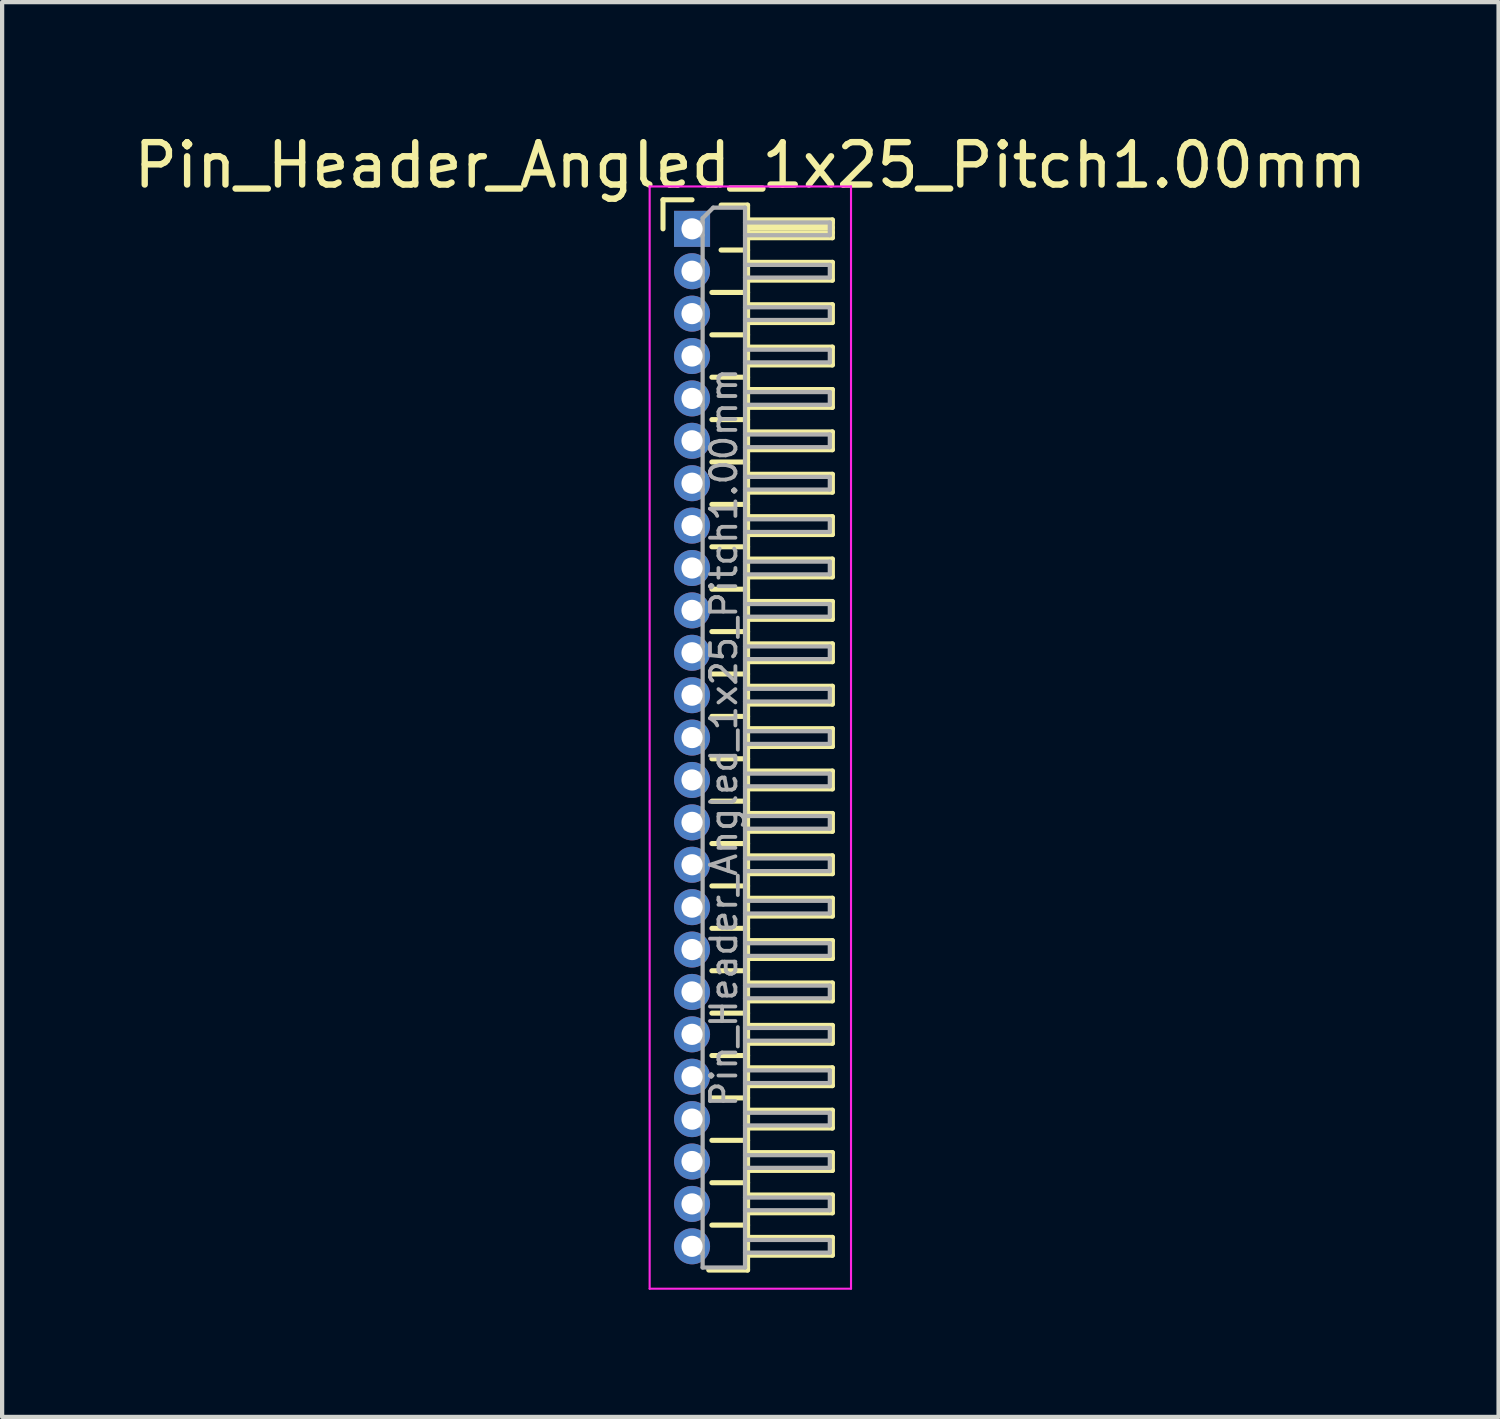
<source format=kicad_pcb>
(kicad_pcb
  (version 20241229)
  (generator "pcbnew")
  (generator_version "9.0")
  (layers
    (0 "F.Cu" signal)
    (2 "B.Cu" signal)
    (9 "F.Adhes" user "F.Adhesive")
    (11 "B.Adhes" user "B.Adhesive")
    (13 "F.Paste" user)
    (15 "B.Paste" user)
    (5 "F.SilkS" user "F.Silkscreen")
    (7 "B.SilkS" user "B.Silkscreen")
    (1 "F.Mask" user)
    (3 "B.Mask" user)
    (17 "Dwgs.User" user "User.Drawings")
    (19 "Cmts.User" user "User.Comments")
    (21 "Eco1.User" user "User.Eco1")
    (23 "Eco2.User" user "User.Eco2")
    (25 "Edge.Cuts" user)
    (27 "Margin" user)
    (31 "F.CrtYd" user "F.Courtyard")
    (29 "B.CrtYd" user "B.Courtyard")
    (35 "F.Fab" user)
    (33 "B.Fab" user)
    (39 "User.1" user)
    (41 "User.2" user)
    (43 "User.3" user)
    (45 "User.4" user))
  (footprint "Pin_Header_Angled_1x25_Pitch1.00mm"
    (layer "F.Cu")
    (at 13.274 2.348)
    (property "Reference" "Pin_Header_Angled_1x25_Pitch1.00mm" (at 1.375 -1.5 0) (layer "F.SilkS") (effects (font (size 1 1) (thickness 0.15))))
    (attr through_hole)
    (fp_line (start -0.685 -0.685) (end 0 -0.685) (stroke (width 0.12) (type solid)) (layer "F.SilkS"))
    (fp_line (start -0.685 0) (end -0.685 -0.685) (stroke (width 0.12) (type solid)) (layer "F.SilkS"))
    (fp_line (start 0.468 1.5) (end 1.31 1.5) (stroke (width 0.12) (type solid)) (layer "F.SilkS"))
    (fp_line (start 0.468 2.5) (end 1.31 2.5) (stroke (width 0.12) (type solid)) (layer "F.SilkS"))
    (fp_line (start 0.468 3.5) (end 1.31 3.5) (stroke (width 0.12) (type solid)) (layer "F.SilkS"))
    (fp_line (start 0.468 4.5) (end 1.31 4.5) (stroke (width 0.12) (type solid)) (layer "F.SilkS"))
    (fp_line (start 0.468 5.5) (end 1.31 5.5) (stroke (width 0.12) (type solid)) (layer "F.SilkS"))
    (fp_line (start 0.468 6.5) (end 1.31 6.5) (stroke (width 0.12) (type solid)) (layer "F.SilkS"))
    (fp_line (start 0.468 7.5) (end 1.31 7.5) (stroke (width 0.12) (type solid)) (layer "F.SilkS"))
    (fp_line (start 0.468 8.5) (end 1.31 8.5) (stroke (width 0.12) (type solid)) (layer "F.SilkS"))
    (fp_line (start 0.468 9.5) (end 1.31 9.5) (stroke (width 0.12) (type solid)) (layer "F.SilkS"))
    (fp_line (start 0.468 10.5) (end 1.31 10.5) (stroke (width 0.12) (type solid)) (layer "F.SilkS"))
    (fp_line (start 0.468 11.5) (end 1.31 11.5) (stroke (width 0.12) (type solid)) (layer "F.SilkS"))
    (fp_line (start 0.468 12.5) (end 1.31 12.5) (stroke (width 0.12) (type solid)) (layer "F.SilkS"))
    (fp_line (start 0.468 13.5) (end 1.31 13.5) (stroke (width 0.12) (type solid)) (layer "F.SilkS"))
    (fp_line (start 0.468 14.5) (end 1.31 14.5) (stroke (width 0.12) (type solid)) (layer "F.SilkS"))
    (fp_line (start 0.468 15.5) (end 1.31 15.5) (stroke (width 0.12) (type solid)) (layer "F.SilkS"))
    (fp_line (start 0.468 16.5) (end 1.31 16.5) (stroke (width 0.12) (type solid)) (layer "F.SilkS"))
    (fp_line (start 0.468 17.5) (end 1.31 17.5) (stroke (width 0.12) (type solid)) (layer "F.SilkS"))
    (fp_line (start 0.468 18.5) (end 1.31 18.5) (stroke (width 0.12) (type solid)) (layer "F.SilkS"))
    (fp_line (start 0.468 19.5) (end 1.31 19.5) (stroke (width 0.12) (type solid)) (layer "F.SilkS"))
    (fp_line (start 0.468 20.5) (end 1.31 20.5) (stroke (width 0.12) (type solid)) (layer "F.SilkS"))
    (fp_line (start 0.468 21.5) (end 1.31 21.5) (stroke (width 0.12) (type solid)) (layer "F.SilkS"))
    (fp_line (start 0.468 22.5) (end 1.31 22.5) (stroke (width 0.12) (type solid)) (layer "F.SilkS"))
    (fp_line (start 0.468 23.5) (end 1.31 23.5) (stroke (width 0.12) (type solid)) (layer "F.SilkS"))
    (fp_line (start 0.685 -0.56) (end 1.31 -0.56) (stroke (width 0.12) (type solid)) (layer "F.SilkS"))
    (fp_line (start 0.685 0.5) (end 1.31 0.5) (stroke (width 0.12) (type solid)) (layer "F.SilkS"))
    (fp_line (start 1.31 -0.56) (end 1.31 24.56) (stroke (width 0.12) (type solid)) (layer "F.SilkS"))
    (fp_line (start 1.31 -0.21) (end 3.31 -0.21) (stroke (width 0.12) (type solid)) (layer "F.SilkS"))
    (fp_line (start 1.31 -0.15) (end 3.31 -0.15) (stroke (width 0.12) (type solid)) (layer "F.SilkS"))
    (fp_line (start 1.31 -0.03) (end 3.31 -0.03) (stroke (width 0.12) (type solid)) (layer "F.SilkS"))
    (fp_line (start 1.31 0.09) (end 3.31 0.09) (stroke (width 0.12) (type solid)) (layer "F.SilkS"))
    (fp_line (start 1.31 0.79) (end 3.31 0.79) (stroke (width 0.12) (type solid)) (layer "F.SilkS"))
    (fp_line (start 1.31 1.79) (end 3.31 1.79) (stroke (width 0.12) (type solid)) (layer "F.SilkS"))
    (fp_line (start 1.31 2.79) (end 3.31 2.79) (stroke (width 0.12) (type solid)) (layer "F.SilkS"))
    (fp_line (start 1.31 3.79) (end 3.31 3.79) (stroke (width 0.12) (type solid)) (layer "F.SilkS"))
    (fp_line (start 1.31 4.79) (end 3.31 4.79) (stroke (width 0.12) (type solid)) (layer "F.SilkS"))
    (fp_line (start 1.31 5.79) (end 3.31 5.79) (stroke (width 0.12) (type solid)) (layer "F.SilkS"))
    (fp_line (start 1.31 6.79) (end 3.31 6.79) (stroke (width 0.12) (type solid)) (layer "F.SilkS"))
    (fp_line (start 1.31 7.79) (end 3.31 7.79) (stroke (width 0.12) (type solid)) (layer "F.SilkS"))
    (fp_line (start 1.31 8.79) (end 3.31 8.79) (stroke (width 0.12) (type solid)) (layer "F.SilkS"))
    (fp_line (start 1.31 9.79) (end 3.31 9.79) (stroke (width 0.12) (type solid)) (layer "F.SilkS"))
    (fp_line (start 1.31 10.79) (end 3.31 10.79) (stroke (width 0.12) (type solid)) (layer "F.SilkS"))
    (fp_line (start 1.31 11.79) (end 3.31 11.79) (stroke (width 0.12) (type solid)) (layer "F.SilkS"))
    (fp_line (start 1.31 12.79) (end 3.31 12.79) (stroke (width 0.12) (type solid)) (layer "F.SilkS"))
    (fp_line (start 1.31 13.79) (end 3.31 13.79) (stroke (width 0.12) (type solid)) (layer "F.SilkS"))
    (fp_line (start 1.31 14.79) (end 3.31 14.79) (stroke (width 0.12) (type solid)) (layer "F.SilkS"))
    (fp_line (start 1.31 15.79) (end 3.31 15.79) (stroke (width 0.12) (type solid)) (layer "F.SilkS"))
    (fp_line (start 1.31 16.79) (end 3.31 16.79) (stroke (width 0.12) (type solid)) (layer "F.SilkS"))
    (fp_line (start 1.31 17.79) (end 3.31 17.79) (stroke (width 0.12) (type solid)) (layer "F.SilkS"))
    (fp_line (start 1.31 18.79) (end 3.31 18.79) (stroke (width 0.12) (type solid)) (layer "F.SilkS"))
    (fp_line (start 1.31 19.79) (end 3.31 19.79) (stroke (width 0.12) (type solid)) (layer "F.SilkS"))
    (fp_line (start 1.31 20.79) (end 3.31 20.79) (stroke (width 0.12) (type solid)) (layer "F.SilkS"))
    (fp_line (start 1.31 21.79) (end 3.31 21.79) (stroke (width 0.12) (type solid)) (layer "F.SilkS"))
    (fp_line (start 1.31 22.79) (end 3.31 22.79) (stroke (width 0.12) (type solid)) (layer "F.SilkS"))
    (fp_line (start 1.31 23.79) (end 3.31 23.79) (stroke (width 0.12) (type solid)) (layer "F.SilkS"))
    (fp_line (start 1.31 24.56) (end 0.394 24.56) (stroke (width 0.12) (type solid)) (layer "F.SilkS"))
    (fp_line (start 3.31 -0.21) (end 3.31 0.21) (stroke (width 0.12) (type solid)) (layer "F.SilkS"))
    (fp_line (start 3.31 0.21) (end 1.31 0.21) (stroke (width 0.12) (type solid)) (layer "F.SilkS"))
    (fp_line (start 3.31 0.79) (end 3.31 1.21) (stroke (width 0.12) (type solid)) (layer "F.SilkS"))
    (fp_line (start 3.31 1.21) (end 1.31 1.21) (stroke (width 0.12) (type solid)) (layer "F.SilkS"))
    (fp_line (start 3.31 1.79) (end 3.31 2.21) (stroke (width 0.12) (type solid)) (layer "F.SilkS"))
    (fp_line (start 3.31 2.21) (end 1.31 2.21) (stroke (width 0.12) (type solid)) (layer "F.SilkS"))
    (fp_line (start 3.31 2.79) (end 3.31 3.21) (stroke (width 0.12) (type solid)) (layer "F.SilkS"))
    (fp_line (start 3.31 3.21) (end 1.31 3.21) (stroke (width 0.12) (type solid)) (layer "F.SilkS"))
    (fp_line (start 3.31 3.79) (end 3.31 4.21) (stroke (width 0.12) (type solid)) (layer "F.SilkS"))
    (fp_line (start 3.31 4.21) (end 1.31 4.21) (stroke (width 0.12) (type solid)) (layer "F.SilkS"))
    (fp_line (start 3.31 4.79) (end 3.31 5.21) (stroke (width 0.12) (type solid)) (layer "F.SilkS"))
    (fp_line (start 3.31 5.21) (end 1.31 5.21) (stroke (width 0.12) (type solid)) (layer "F.SilkS"))
    (fp_line (start 3.31 5.79) (end 3.31 6.21) (stroke (width 0.12) (type solid)) (layer "F.SilkS"))
    (fp_line (start 3.31 6.21) (end 1.31 6.21) (stroke (width 0.12) (type solid)) (layer "F.SilkS"))
    (fp_line (start 3.31 6.79) (end 3.31 7.21) (stroke (width 0.12) (type solid)) (layer "F.SilkS"))
    (fp_line (start 3.31 7.21) (end 1.31 7.21) (stroke (width 0.12) (type solid)) (layer "F.SilkS"))
    (fp_line (start 3.31 7.79) (end 3.31 8.21) (stroke (width 0.12) (type solid)) (layer "F.SilkS"))
    (fp_line (start 3.31 8.21) (end 1.31 8.21) (stroke (width 0.12) (type solid)) (layer "F.SilkS"))
    (fp_line (start 3.31 8.79) (end 3.31 9.21) (stroke (width 0.12) (type solid)) (layer "F.SilkS"))
    (fp_line (start 3.31 9.21) (end 1.31 9.21) (stroke (width 0.12) (type solid)) (layer "F.SilkS"))
    (fp_line (start 3.31 9.79) (end 3.31 10.21) (stroke (width 0.12) (type solid)) (layer "F.SilkS"))
    (fp_line (start 3.31 10.21) (end 1.31 10.21) (stroke (width 0.12) (type solid)) (layer "F.SilkS"))
    (fp_line (start 3.31 10.79) (end 3.31 11.21) (stroke (width 0.12) (type solid)) (layer "F.SilkS"))
    (fp_line (start 3.31 11.21) (end 1.31 11.21) (stroke (width 0.12) (type solid)) (layer "F.SilkS"))
    (fp_line (start 3.31 11.79) (end 3.31 12.21) (stroke (width 0.12) (type solid)) (layer "F.SilkS"))
    (fp_line (start 3.31 12.21) (end 1.31 12.21) (stroke (width 0.12) (type solid)) (layer "F.SilkS"))
    (fp_line (start 3.31 12.79) (end 3.31 13.21) (stroke (width 0.12) (type solid)) (layer "F.SilkS"))
    (fp_line (start 3.31 13.21) (end 1.31 13.21) (stroke (width 0.12) (type solid)) (layer "F.SilkS"))
    (fp_line (start 3.31 13.79) (end 3.31 14.21) (stroke (width 0.12) (type solid)) (layer "F.SilkS"))
    (fp_line (start 3.31 14.21) (end 1.31 14.21) (stroke (width 0.12) (type solid)) (layer "F.SilkS"))
    (fp_line (start 3.31 14.79) (end 3.31 15.21) (stroke (width 0.12) (type solid)) (layer "F.SilkS"))
    (fp_line (start 3.31 15.21) (end 1.31 15.21) (stroke (width 0.12) (type solid)) (layer "F.SilkS"))
    (fp_line (start 3.31 15.79) (end 3.31 16.21) (stroke (width 0.12) (type solid)) (layer "F.SilkS"))
    (fp_line (start 3.31 16.21) (end 1.31 16.21) (stroke (width 0.12) (type solid)) (layer "F.SilkS"))
    (fp_line (start 3.31 16.79) (end 3.31 17.21) (stroke (width 0.12) (type solid)) (layer "F.SilkS"))
    (fp_line (start 3.31 17.21) (end 1.31 17.21) (stroke (width 0.12) (type solid)) (layer "F.SilkS"))
    (fp_line (start 3.31 17.79) (end 3.31 18.21) (stroke (width 0.12) (type solid)) (layer "F.SilkS"))
    (fp_line (start 3.31 18.21) (end 1.31 18.21) (stroke (width 0.12) (type solid)) (layer "F.SilkS"))
    (fp_line (start 3.31 18.79) (end 3.31 19.21) (stroke (width 0.12) (type solid)) (layer "F.SilkS"))
    (fp_line (start 3.31 19.21) (end 1.31 19.21) (stroke (width 0.12) (type solid)) (layer "F.SilkS"))
    (fp_line (start 3.31 19.79) (end 3.31 20.21) (stroke (width 0.12) (type solid)) (layer "F.SilkS"))
    (fp_line (start 3.31 20.21) (end 1.31 20.21) (stroke (width 0.12) (type solid)) (layer "F.SilkS"))
    (fp_line (start 3.31 20.79) (end 3.31 21.21) (stroke (width 0.12) (type solid)) (layer "F.SilkS"))
    (fp_line (start 3.31 21.21) (end 1.31 21.21) (stroke (width 0.12) (type solid)) (layer "F.SilkS"))
    (fp_line (start 3.31 21.79) (end 3.31 22.21) (stroke (width 0.12) (type solid)) (layer "F.SilkS"))
    (fp_line (start 3.31 22.21) (end 1.31 22.21) (stroke (width 0.12) (type solid)) (layer "F.SilkS"))
    (fp_line (start 3.31 22.79) (end 3.31 23.21) (stroke (width 0.12) (type solid)) (layer "F.SilkS"))
    (fp_line (start 3.31 23.21) (end 1.31 23.21) (stroke (width 0.12) (type solid)) (layer "F.SilkS"))
    (fp_line (start 3.31 23.79) (end 3.31 24.21) (stroke (width 0.12) (type solid)) (layer "F.SilkS"))
    (fp_line (start 3.31 24.21) (end 1.31 24.21) (stroke (width 0.12) (type solid)) (layer "F.SilkS"))
    (fp_line (start -1 -1) (end -1 25) (stroke (width 0.05) (type solid)) (layer "F.CrtYd"))
    (fp_line (start -1 25) (end 3.75 25) (stroke (width 0.05) (type solid)) (layer "F.CrtYd"))
    (fp_line (start 3.75 -1) (end -1 -1) (stroke (width 0.05) (type solid)) (layer "F.CrtYd"))
    (fp_line (start 3.75 25) (end 3.75 -1) (stroke (width 0.05) (type solid)) (layer "F.CrtYd"))
    (fp_line (start -0.15 -0.15) (end -0.15 0.15) (stroke (width 0.1) (type solid)) (layer "F.Fab"))
    (fp_line (start -0.15 -0.15) (end 0.25 -0.15) (stroke (width 0.1) (type solid)) (layer "F.Fab"))
    (fp_line (start -0.15 0.15) (end 0.25 0.15) (stroke (width 0.1) (type solid)) (layer "F.Fab"))
    (fp_line (start -0.15 0.85) (end -0.15 1.15) (stroke (width 0.1) (type solid)) (layer "F.Fab"))
    (fp_line (start -0.15 0.85) (end 0.25 0.85) (stroke (width 0.1) (type solid)) (layer "F.Fab"))
    (fp_line (start -0.15 1.15) (end 0.25 1.15) (stroke (width 0.1) (type solid)) (layer "F.Fab"))
    (fp_line (start -0.15 1.85) (end -0.15 2.15) (stroke (width 0.1) (type solid)) (layer "F.Fab"))
    (fp_line (start -0.15 1.85) (end 0.25 1.85) (stroke (width 0.1) (type solid)) (layer "F.Fab"))
    (fp_line (start -0.15 2.15) (end 0.25 2.15) (stroke (width 0.1) (type solid)) (layer "F.Fab"))
    (fp_line (start -0.15 2.85) (end -0.15 3.15) (stroke (width 0.1) (type solid)) (layer "F.Fab"))
    (fp_line (start -0.15 2.85) (end 0.25 2.85) (stroke (width 0.1) (type solid)) (layer "F.Fab"))
    (fp_line (start -0.15 3.15) (end 0.25 3.15) (stroke (width 0.1) (type solid)) (layer "F.Fab"))
    (fp_line (start -0.15 3.85) (end -0.15 4.15) (stroke (width 0.1) (type solid)) (layer "F.Fab"))
    (fp_line (start -0.15 3.85) (end 0.25 3.85) (stroke (width 0.1) (type solid)) (layer "F.Fab"))
    (fp_line (start -0.15 4.15) (end 0.25 4.15) (stroke (width 0.1) (type solid)) (layer "F.Fab"))
    (fp_line (start -0.15 4.85) (end -0.15 5.15) (stroke (width 0.1) (type solid)) (layer "F.Fab"))
    (fp_line (start -0.15 4.85) (end 0.25 4.85) (stroke (width 0.1) (type solid)) (layer "F.Fab"))
    (fp_line (start -0.15 5.15) (end 0.25 5.15) (stroke (width 0.1) (type solid)) (layer "F.Fab"))
    (fp_line (start -0.15 5.85) (end -0.15 6.15) (stroke (width 0.1) (type solid)) (layer "F.Fab"))
    (fp_line (start -0.15 5.85) (end 0.25 5.85) (stroke (width 0.1) (type solid)) (layer "F.Fab"))
    (fp_line (start -0.15 6.15) (end 0.25 6.15) (stroke (width 0.1) (type solid)) (layer "F.Fab"))
    (fp_line (start -0.15 6.85) (end -0.15 7.15) (stroke (width 0.1) (type solid)) (layer "F.Fab"))
    (fp_line (start -0.15 6.85) (end 0.25 6.85) (stroke (width 0.1) (type solid)) (layer "F.Fab"))
    (fp_line (start -0.15 7.15) (end 0.25 7.15) (stroke (width 0.1) (type solid)) (layer "F.Fab"))
    (fp_line (start -0.15 7.85) (end -0.15 8.15) (stroke (width 0.1) (type solid)) (layer "F.Fab"))
    (fp_line (start -0.15 7.85) (end 0.25 7.85) (stroke (width 0.1) (type solid)) (layer "F.Fab"))
    (fp_line (start -0.15 8.15) (end 0.25 8.15) (stroke (width 0.1) (type solid)) (layer "F.Fab"))
    (fp_line (start -0.15 8.85) (end -0.15 9.15) (stroke (width 0.1) (type solid)) (layer "F.Fab"))
    (fp_line (start -0.15 8.85) (end 0.25 8.85) (stroke (width 0.1) (type solid)) (layer "F.Fab"))
    (fp_line (start -0.15 9.15) (end 0.25 9.15) (stroke (width 0.1) (type solid)) (layer "F.Fab"))
    (fp_line (start -0.15 9.85) (end -0.15 10.15) (stroke (width 0.1) (type solid)) (layer "F.Fab"))
    (fp_line (start -0.15 9.85) (end 0.25 9.85) (stroke (width 0.1) (type solid)) (layer "F.Fab"))
    (fp_line (start -0.15 10.15) (end 0.25 10.15) (stroke (width 0.1) (type solid)) (layer "F.Fab"))
    (fp_line (start -0.15 10.85) (end -0.15 11.15) (stroke (width 0.1) (type solid)) (layer "F.Fab"))
    (fp_line (start -0.15 10.85) (end 0.25 10.85) (stroke (width 0.1) (type solid)) (layer "F.Fab"))
    (fp_line (start -0.15 11.15) (end 0.25 11.15) (stroke (width 0.1) (type solid)) (layer "F.Fab"))
    (fp_line (start -0.15 11.85) (end -0.15 12.15) (stroke (width 0.1) (type solid)) (layer "F.Fab"))
    (fp_line (start -0.15 11.85) (end 0.25 11.85) (stroke (width 0.1) (type solid)) (layer "F.Fab"))
    (fp_line (start -0.15 12.15) (end 0.25 12.15) (stroke (width 0.1) (type solid)) (layer "F.Fab"))
    (fp_line (start -0.15 12.85) (end -0.15 13.15) (stroke (width 0.1) (type solid)) (layer "F.Fab"))
    (fp_line (start -0.15 12.85) (end 0.25 12.85) (stroke (width 0.1) (type solid)) (layer "F.Fab"))
    (fp_line (start -0.15 13.15) (end 0.25 13.15) (stroke (width 0.1) (type solid)) (layer "F.Fab"))
    (fp_line (start -0.15 13.85) (end -0.15 14.15) (stroke (width 0.1) (type solid)) (layer "F.Fab"))
    (fp_line (start -0.15 13.85) (end 0.25 13.85) (stroke (width 0.1) (type solid)) (layer "F.Fab"))
    (fp_line (start -0.15 14.15) (end 0.25 14.15) (stroke (width 0.1) (type solid)) (layer "F.Fab"))
    (fp_line (start -0.15 14.85) (end -0.15 15.15) (stroke (width 0.1) (type solid)) (layer "F.Fab"))
    (fp_line (start -0.15 14.85) (end 0.25 14.85) (stroke (width 0.1) (type solid)) (layer "F.Fab"))
    (fp_line (start -0.15 15.15) (end 0.25 15.15) (stroke (width 0.1) (type solid)) (layer "F.Fab"))
    (fp_line (start -0.15 15.85) (end -0.15 16.15) (stroke (width 0.1) (type solid)) (layer "F.Fab"))
    (fp_line (start -0.15 15.85) (end 0.25 15.85) (stroke (width 0.1) (type solid)) (layer "F.Fab"))
    (fp_line (start -0.15 16.15) (end 0.25 16.15) (stroke (width 0.1) (type solid)) (layer "F.Fab"))
    (fp_line (start -0.15 16.85) (end -0.15 17.15) (stroke (width 0.1) (type solid)) (layer "F.Fab"))
    (fp_line (start -0.15 16.85) (end 0.25 16.85) (stroke (width 0.1) (type solid)) (layer "F.Fab"))
    (fp_line (start -0.15 17.15) (end 0.25 17.15) (stroke (width 0.1) (type solid)) (layer "F.Fab"))
    (fp_line (start -0.15 17.85) (end -0.15 18.15) (stroke (width 0.1) (type solid)) (layer "F.Fab"))
    (fp_line (start -0.15 17.85) (end 0.25 17.85) (stroke (width 0.1) (type solid)) (layer "F.Fab"))
    (fp_line (start -0.15 18.15) (end 0.25 18.15) (stroke (width 0.1) (type solid)) (layer "F.Fab"))
    (fp_line (start -0.15 18.85) (end -0.15 19.15) (stroke (width 0.1) (type solid)) (layer "F.Fab"))
    (fp_line (start -0.15 18.85) (end 0.25 18.85) (stroke (width 0.1) (type solid)) (layer "F.Fab"))
    (fp_line (start -0.15 19.15) (end 0.25 19.15) (stroke (width 0.1) (type solid)) (layer "F.Fab"))
    (fp_line (start -0.15 19.85) (end -0.15 20.15) (stroke (width 0.1) (type solid)) (layer "F.Fab"))
    (fp_line (start -0.15 19.85) (end 0.25 19.85) (stroke (width 0.1) (type solid)) (layer "F.Fab"))
    (fp_line (start -0.15 20.15) (end 0.25 20.15) (stroke (width 0.1) (type solid)) (layer "F.Fab"))
    (fp_line (start -0.15 20.85) (end -0.15 21.15) (stroke (width 0.1) (type solid)) (layer "F.Fab"))
    (fp_line (start -0.15 20.85) (end 0.25 20.85) (stroke (width 0.1) (type solid)) (layer "F.Fab"))
    (fp_line (start -0.15 21.15) (end 0.25 21.15) (stroke (width 0.1) (type solid)) (layer "F.Fab"))
    (fp_line (start -0.15 21.85) (end -0.15 22.15) (stroke (width 0.1) (type solid)) (layer "F.Fab"))
    (fp_line (start -0.15 21.85) (end 0.25 21.85) (stroke (width 0.1) (type solid)) (layer "F.Fab"))
    (fp_line (start -0.15 22.15) (end 0.25 22.15) (stroke (width 0.1) (type solid)) (layer "F.Fab"))
    (fp_line (start -0.15 22.85) (end -0.15 23.15) (stroke (width 0.1) (type solid)) (layer "F.Fab"))
    (fp_line (start -0.15 22.85) (end 0.25 22.85) (stroke (width 0.1) (type solid)) (layer "F.Fab"))
    (fp_line (start -0.15 23.15) (end 0.25 23.15) (stroke (width 0.1) (type solid)) (layer "F.Fab"))
    (fp_line (start -0.15 23.85) (end -0.15 24.15) (stroke (width 0.1) (type solid)) (layer "F.Fab"))
    (fp_line (start -0.15 23.85) (end 0.25 23.85) (stroke (width 0.1) (type solid)) (layer "F.Fab"))
    (fp_line (start -0.15 24.15) (end 0.25 24.15) (stroke (width 0.1) (type solid)) (layer "F.Fab"))
    (fp_line (start 0.25 -0.25) (end 0.5 -0.5) (stroke (width 0.1) (type solid)) (layer "F.Fab"))
    (fp_line (start 0.25 24.5) (end 0.25 -0.25) (stroke (width 0.1) (type solid)) (layer "F.Fab"))
    (fp_line (start 0.5 -0.5) (end 1.25 -0.5) (stroke (width 0.1) (type solid)) (layer "F.Fab"))
    (fp_line (start 1.25 -0.5) (end 1.25 24.5) (stroke (width 0.1) (type solid)) (layer "F.Fab"))
    (fp_line (start 1.25 -0.15) (end 3.25 -0.15) (stroke (width 0.1) (type solid)) (layer "F.Fab"))
    (fp_line (start 1.25 0.15) (end 3.25 0.15) (stroke (width 0.1) (type solid)) (layer "F.Fab"))
    (fp_line (start 1.25 0.85) (end 3.25 0.85) (stroke (width 0.1) (type solid)) (layer "F.Fab"))
    (fp_line (start 1.25 1.15) (end 3.25 1.15) (stroke (width 0.1) (type solid)) (layer "F.Fab"))
    (fp_line (start 1.25 1.85) (end 3.25 1.85) (stroke (width 0.1) (type solid)) (layer "F.Fab"))
    (fp_line (start 1.25 2.15) (end 3.25 2.15) (stroke (width 0.1) (type solid)) (layer "F.Fab"))
    (fp_line (start 1.25 2.85) (end 3.25 2.85) (stroke (width 0.1) (type solid)) (layer "F.Fab"))
    (fp_line (start 1.25 3.15) (end 3.25 3.15) (stroke (width 0.1) (type solid)) (layer "F.Fab"))
    (fp_line (start 1.25 3.85) (end 3.25 3.85) (stroke (width 0.1) (type solid)) (layer "F.Fab"))
    (fp_line (start 1.25 4.15) (end 3.25 4.15) (stroke (width 0.1) (type solid)) (layer "F.Fab"))
    (fp_line (start 1.25 4.85) (end 3.25 4.85) (stroke (width 0.1) (type solid)) (layer "F.Fab"))
    (fp_line (start 1.25 5.15) (end 3.25 5.15) (stroke (width 0.1) (type solid)) (layer "F.Fab"))
    (fp_line (start 1.25 5.85) (end 3.25 5.85) (stroke (width 0.1) (type solid)) (layer "F.Fab"))
    (fp_line (start 1.25 6.15) (end 3.25 6.15) (stroke (width 0.1) (type solid)) (layer "F.Fab"))
    (fp_line (start 1.25 6.85) (end 3.25 6.85) (stroke (width 0.1) (type solid)) (layer "F.Fab"))
    (fp_line (start 1.25 7.15) (end 3.25 7.15) (stroke (width 0.1) (type solid)) (layer "F.Fab"))
    (fp_line (start 1.25 7.85) (end 3.25 7.85) (stroke (width 0.1) (type solid)) (layer "F.Fab"))
    (fp_line (start 1.25 8.15) (end 3.25 8.15) (stroke (width 0.1) (type solid)) (layer "F.Fab"))
    (fp_line (start 1.25 8.85) (end 3.25 8.85) (stroke (width 0.1) (type solid)) (layer "F.Fab"))
    (fp_line (start 1.25 9.15) (end 3.25 9.15) (stroke (width 0.1) (type solid)) (layer "F.Fab"))
    (fp_line (start 1.25 9.85) (end 3.25 9.85) (stroke (width 0.1) (type solid)) (layer "F.Fab"))
    (fp_line (start 1.25 10.15) (end 3.25 10.15) (stroke (width 0.1) (type solid)) (layer "F.Fab"))
    (fp_line (start 1.25 10.85) (end 3.25 10.85) (stroke (width 0.1) (type solid)) (layer "F.Fab"))
    (fp_line (start 1.25 11.15) (end 3.25 11.15) (stroke (width 0.1) (type solid)) (layer "F.Fab"))
    (fp_line (start 1.25 11.85) (end 3.25 11.85) (stroke (width 0.1) (type solid)) (layer "F.Fab"))
    (fp_line (start 1.25 12.15) (end 3.25 12.15) (stroke (width 0.1) (type solid)) (layer "F.Fab"))
    (fp_line (start 1.25 12.85) (end 3.25 12.85) (stroke (width 0.1) (type solid)) (layer "F.Fab"))
    (fp_line (start 1.25 13.15) (end 3.25 13.15) (stroke (width 0.1) (type solid)) (layer "F.Fab"))
    (fp_line (start 1.25 13.85) (end 3.25 13.85) (stroke (width 0.1) (type solid)) (layer "F.Fab"))
    (fp_line (start 1.25 14.15) (end 3.25 14.15) (stroke (width 0.1) (type solid)) (layer "F.Fab"))
    (fp_line (start 1.25 14.85) (end 3.25 14.85) (stroke (width 0.1) (type solid)) (layer "F.Fab"))
    (fp_line (start 1.25 15.15) (end 3.25 15.15) (stroke (width 0.1) (type solid)) (layer "F.Fab"))
    (fp_line (start 1.25 15.85) (end 3.25 15.85) (stroke (width 0.1) (type solid)) (layer "F.Fab"))
    (fp_line (start 1.25 16.15) (end 3.25 16.15) (stroke (width 0.1) (type solid)) (layer "F.Fab"))
    (fp_line (start 1.25 16.85) (end 3.25 16.85) (stroke (width 0.1) (type solid)) (layer "F.Fab"))
    (fp_line (start 1.25 17.15) (end 3.25 17.15) (stroke (width 0.1) (type solid)) (layer "F.Fab"))
    (fp_line (start 1.25 17.85) (end 3.25 17.85) (stroke (width 0.1) (type solid)) (layer "F.Fab"))
    (fp_line (start 1.25 18.15) (end 3.25 18.15) (stroke (width 0.1) (type solid)) (layer "F.Fab"))
    (fp_line (start 1.25 18.85) (end 3.25 18.85) (stroke (width 0.1) (type solid)) (layer "F.Fab"))
    (fp_line (start 1.25 19.15) (end 3.25 19.15) (stroke (width 0.1) (type solid)) (layer "F.Fab"))
    (fp_line (start 1.25 19.85) (end 3.25 19.85) (stroke (width 0.1) (type solid)) (layer "F.Fab"))
    (fp_line (start 1.25 20.15) (end 3.25 20.15) (stroke (width 0.1) (type solid)) (layer "F.Fab"))
    (fp_line (start 1.25 20.85) (end 3.25 20.85) (stroke (width 0.1) (type solid)) (layer "F.Fab"))
    (fp_line (start 1.25 21.15) (end 3.25 21.15) (stroke (width 0.1) (type solid)) (layer "F.Fab"))
    (fp_line (start 1.25 21.85) (end 3.25 21.85) (stroke (width 0.1) (type solid)) (layer "F.Fab"))
    (fp_line (start 1.25 22.15) (end 3.25 22.15) (stroke (width 0.1) (type solid)) (layer "F.Fab"))
    (fp_line (start 1.25 22.85) (end 3.25 22.85) (stroke (width 0.1) (type solid)) (layer "F.Fab"))
    (fp_line (start 1.25 23.15) (end 3.25 23.15) (stroke (width 0.1) (type solid)) (layer "F.Fab"))
    (fp_line (start 1.25 23.85) (end 3.25 23.85) (stroke (width 0.1) (type solid)) (layer "F.Fab"))
    (fp_line (start 1.25 24.15) (end 3.25 24.15) (stroke (width 0.1) (type solid)) (layer "F.Fab"))
    (fp_line (start 1.25 24.5) (end 0.25 24.5) (stroke (width 0.1) (type solid)) (layer "F.Fab"))
    (fp_line (start 3.25 -0.15) (end 3.25 0.15) (stroke (width 0.1) (type solid)) (layer "F.Fab"))
    (fp_line (start 3.25 0.85) (end 3.25 1.15) (stroke (width 0.1) (type solid)) (layer "F.Fab"))
    (fp_line (start 3.25 1.85) (end 3.25 2.15) (stroke (width 0.1) (type solid)) (layer "F.Fab"))
    (fp_line (start 3.25 2.85) (end 3.25 3.15) (stroke (width 0.1) (type solid)) (layer "F.Fab"))
    (fp_line (start 3.25 3.85) (end 3.25 4.15) (stroke (width 0.1) (type solid)) (layer "F.Fab"))
    (fp_line (start 3.25 4.85) (end 3.25 5.15) (stroke (width 0.1) (type solid)) (layer "F.Fab"))
    (fp_line (start 3.25 5.85) (end 3.25 6.15) (stroke (width 0.1) (type solid)) (layer "F.Fab"))
    (fp_line (start 3.25 6.85) (end 3.25 7.15) (stroke (width 0.1) (type solid)) (layer "F.Fab"))
    (fp_line (start 3.25 7.85) (end 3.25 8.15) (stroke (width 0.1) (type solid)) (layer "F.Fab"))
    (fp_line (start 3.25 8.85) (end 3.25 9.15) (stroke (width 0.1) (type solid)) (layer "F.Fab"))
    (fp_line (start 3.25 9.85) (end 3.25 10.15) (stroke (width 0.1) (type solid)) (layer "F.Fab"))
    (fp_line (start 3.25 10.85) (end 3.25 11.15) (stroke (width 0.1) (type solid)) (layer "F.Fab"))
    (fp_line (start 3.25 11.85) (end 3.25 12.15) (stroke (width 0.1) (type solid)) (layer "F.Fab"))
    (fp_line (start 3.25 12.85) (end 3.25 13.15) (stroke (width 0.1) (type solid)) (layer "F.Fab"))
    (fp_line (start 3.25 13.85) (end 3.25 14.15) (stroke (width 0.1) (type solid)) (layer "F.Fab"))
    (fp_line (start 3.25 14.85) (end 3.25 15.15) (stroke (width 0.1) (type solid)) (layer "F.Fab"))
    (fp_line (start 3.25 15.85) (end 3.25 16.15) (stroke (width 0.1) (type solid)) (layer "F.Fab"))
    (fp_line (start 3.25 16.85) (end 3.25 17.15) (stroke (width 0.1) (type solid)) (layer "F.Fab"))
    (fp_line (start 3.25 17.85) (end 3.25 18.15) (stroke (width 0.1) (type solid)) (layer "F.Fab"))
    (fp_line (start 3.25 18.85) (end 3.25 19.15) (stroke (width 0.1) (type solid)) (layer "F.Fab"))
    (fp_line (start 3.25 19.85) (end 3.25 20.15) (stroke (width 0.1) (type solid)) (layer "F.Fab"))
    (fp_line (start 3.25 20.85) (end 3.25 21.15) (stroke (width 0.1) (type solid)) (layer "F.Fab"))
    (fp_line (start 3.25 21.85) (end 3.25 22.15) (stroke (width 0.1) (type solid)) (layer "F.Fab"))
    (fp_line (start 3.25 22.85) (end 3.25 23.15) (stroke (width 0.1) (type solid)) (layer "F.Fab"))
    (fp_line (start 3.25 23.85) (end 3.25 24.15) (stroke (width 0.1) (type solid)) (layer "F.Fab"))
    (fp_text user "${REFERENCE}" (at 0.75 12 90) (layer "F.Fab") (effects (font (size 0.6 0.6) (thickness 0.09))))
    (pad "1" thru_hole rect (at 0 0) (size 0.85 0.85) (drill 0.5) (layers "*.Cu" "*.Mask"))
    (pad "2" thru_hole oval (at 0 1) (size 0.85 0.85) (drill 0.5) (layers "*.Cu" "*.Mask"))
    (pad "3" thru_hole oval (at 0 2) (size 0.85 0.85) (drill 0.5) (layers "*.Cu" "*.Mask"))
    (pad "4" thru_hole oval (at 0 3) (size 0.85 0.85) (drill 0.5) (layers "*.Cu" "*.Mask"))
    (pad "5" thru_hole oval (at 0 4) (size 0.85 0.85) (drill 0.5) (layers "*.Cu" "*.Mask"))
    (pad "6" thru_hole oval (at 0 5) (size 0.85 0.85) (drill 0.5) (layers "*.Cu" "*.Mask"))
    (pad "7" thru_hole oval (at 0 6) (size 0.85 0.85) (drill 0.5) (layers "*.Cu" "*.Mask"))
    (pad "8" thru_hole oval (at 0 7) (size 0.85 0.85) (drill 0.5) (layers "*.Cu" "*.Mask"))
    (pad "9" thru_hole oval (at 0 8) (size 0.85 0.85) (drill 0.5) (layers "*.Cu" "*.Mask"))
    (pad "10" thru_hole oval (at 0 9) (size 0.85 0.85) (drill 0.5) (layers "*.Cu" "*.Mask"))
    (pad "11" thru_hole oval (at 0 10) (size 0.85 0.85) (drill 0.5) (layers "*.Cu" "*.Mask"))
    (pad "12" thru_hole oval (at 0 11) (size 0.85 0.85) (drill 0.5) (layers "*.Cu" "*.Mask"))
    (pad "13" thru_hole oval (at 0 12) (size 0.85 0.85) (drill 0.5) (layers "*.Cu" "*.Mask"))
    (pad "14" thru_hole oval (at 0 13) (size 0.85 0.85) (drill 0.5) (layers "*.Cu" "*.Mask"))
    (pad "15" thru_hole oval (at 0 14) (size 0.85 0.85) (drill 0.5) (layers "*.Cu" "*.Mask"))
    (pad "16" thru_hole oval (at 0 15) (size 0.85 0.85) (drill 0.5) (layers "*.Cu" "*.Mask"))
    (pad "17" thru_hole oval (at 0 16) (size 0.85 0.85) (drill 0.5) (layers "*.Cu" "*.Mask"))
    (pad "18" thru_hole oval (at 0 17) (size 0.85 0.85) (drill 0.5) (layers "*.Cu" "*.Mask"))
    (pad "19" thru_hole oval (at 0 18) (size 0.85 0.85) (drill 0.5) (layers "*.Cu" "*.Mask"))
    (pad "20" thru_hole oval (at 0 19) (size 0.85 0.85) (drill 0.5) (layers "*.Cu" "*.Mask"))
    (pad "21" thru_hole oval (at 0 20) (size 0.85 0.85) (drill 0.5) (layers "*.Cu" "*.Mask"))
    (pad "22" thru_hole oval (at 0 21) (size 0.85 0.85) (drill 0.5) (layers "*.Cu" "*.Mask"))
    (pad "23" thru_hole oval (at 0 22) (size 0.85 0.85) (drill 0.5) (layers "*.Cu" "*.Mask"))
    (pad "24" thru_hole oval (at 0 23) (size 0.85 0.85) (drill 0.5) (layers "*.Cu" "*.Mask"))
    (pad "25" thru_hole oval (at 0 24) (size 0.85 0.85) (drill 0.5) (layers "*.Cu" "*.Mask")))
  (gr_rect
    (start -3 -3)
    (end 32.298 30.373)
    (stroke (width 0.1) (type default))
    (fill no)
    (layer "Edge.Cuts")))
</source>
